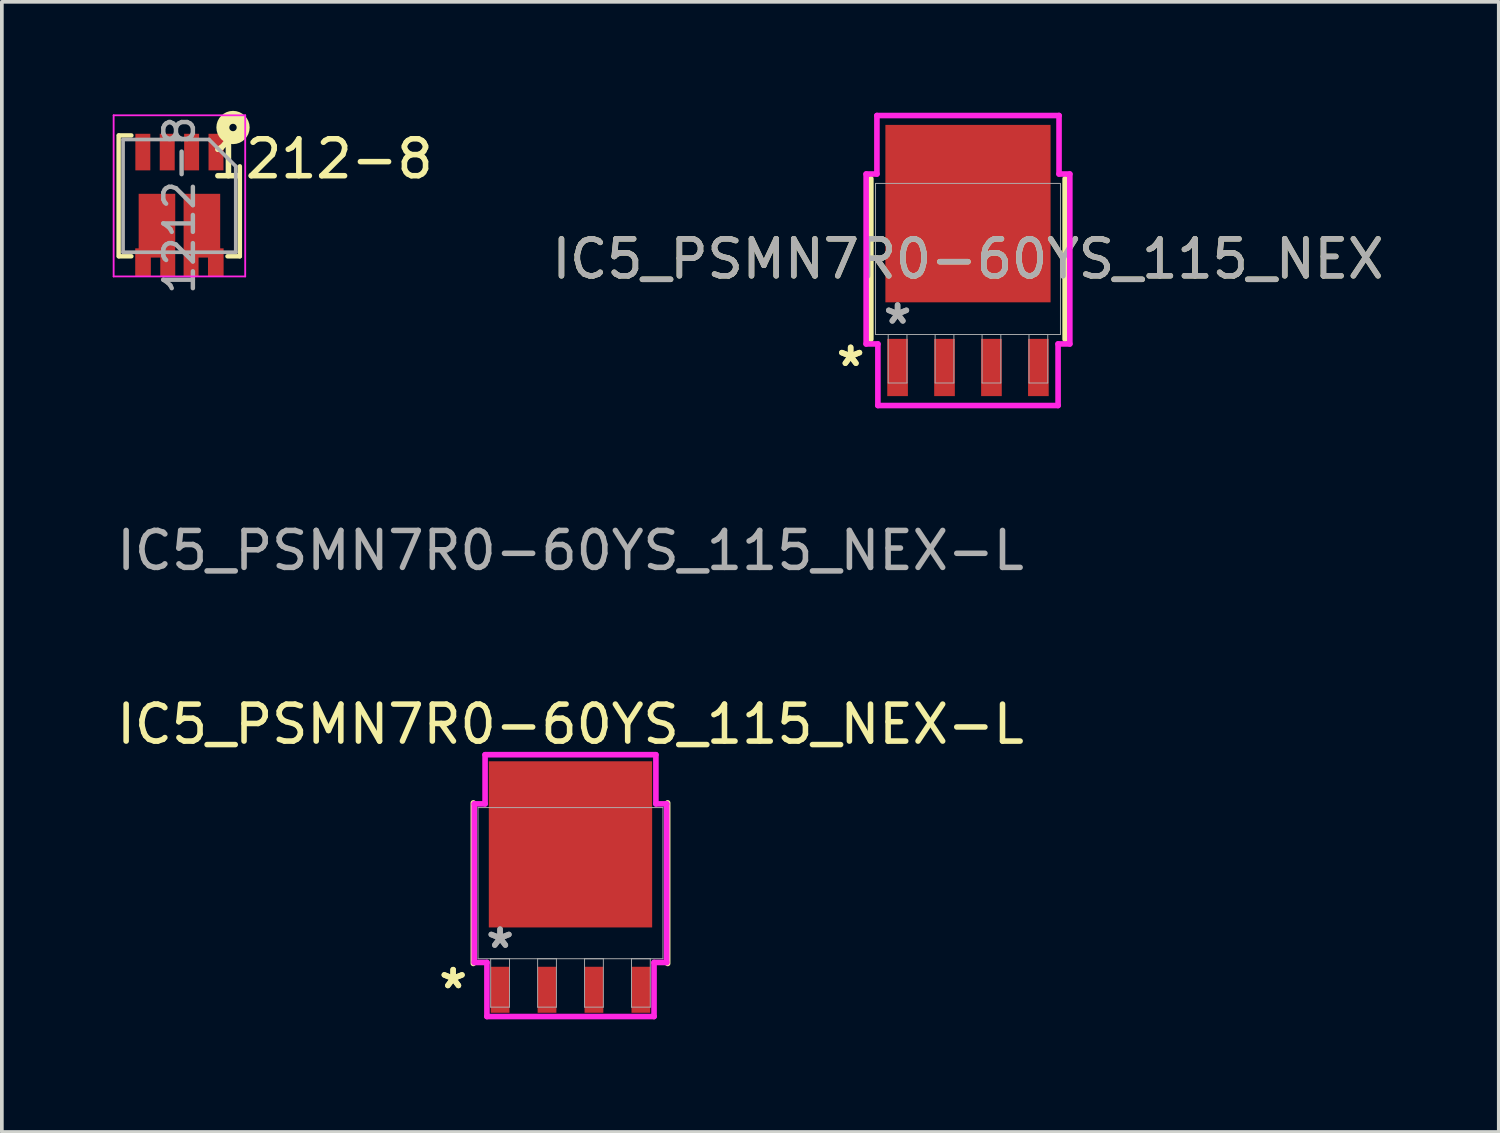
<source format=kicad_pcb>
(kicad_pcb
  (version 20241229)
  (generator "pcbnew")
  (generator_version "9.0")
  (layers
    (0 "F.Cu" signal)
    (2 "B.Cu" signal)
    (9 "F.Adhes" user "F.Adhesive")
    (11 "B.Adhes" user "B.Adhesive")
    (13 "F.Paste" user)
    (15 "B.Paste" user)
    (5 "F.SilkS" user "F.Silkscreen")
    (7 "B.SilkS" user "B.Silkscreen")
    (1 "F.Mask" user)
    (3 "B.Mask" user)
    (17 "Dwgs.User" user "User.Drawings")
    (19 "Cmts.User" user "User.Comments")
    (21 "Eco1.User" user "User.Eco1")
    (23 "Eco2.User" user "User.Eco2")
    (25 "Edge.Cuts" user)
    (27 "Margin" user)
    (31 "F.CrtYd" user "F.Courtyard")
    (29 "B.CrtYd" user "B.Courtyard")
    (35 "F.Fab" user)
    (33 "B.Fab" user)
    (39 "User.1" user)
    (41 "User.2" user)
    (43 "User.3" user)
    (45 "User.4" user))
  (footprint "IC5_PSMN7R0-60YS_115_NEX"
    (layer "F.Cu")
    (at 23.143 3.958)
    (property "Reference" "IC5_PSMN7R0-60YS_115_NEX" (at 0 0 0) (unlocked yes) (layer "F.SilkS") (effects (font (size 1 1) (thickness 0.15))))
    (attr smd)
    (fp_line (start -2.629 -2.172) (end -2.629 2.172) (stroke (width 0.152) (type solid)) (layer "F.SilkS"))
    (fp_line (start 2.629 2.172) (end 2.629 -2.172) (stroke (width 0.152) (type solid)) (layer "F.SilkS"))
    (fp_line (start -2.756 -2.299) (end -2.464 -2.299) (stroke (width 0.152) (type solid)) (layer "F.CrtYd"))
    (fp_line (start -2.756 2.299) (end -2.756 -2.299) (stroke (width 0.152) (type solid)) (layer "F.CrtYd"))
    (fp_line (start -2.464 -3.882) (end 2.464 -3.882) (stroke (width 0.152) (type solid)) (layer "F.CrtYd"))
    (fp_line (start -2.464 -2.299) (end -2.464 -3.882) (stroke (width 0.152) (type solid)) (layer "F.CrtYd"))
    (fp_line (start -2.438 2.299) (end -2.756 2.299) (stroke (width 0.152) (type solid)) (layer "F.CrtYd"))
    (fp_line (start -2.438 3.965) (end -2.438 2.299) (stroke (width 0.152) (type solid)) (layer "F.CrtYd"))
    (fp_line (start 2.438 2.299) (end 2.438 3.965) (stroke (width 0.152) (type solid)) (layer "F.CrtYd"))
    (fp_line (start 2.438 3.965) (end -2.438 3.965) (stroke (width 0.152) (type solid)) (layer "F.CrtYd"))
    (fp_line (start 2.464 -3.882) (end 2.464 -2.299) (stroke (width 0.152) (type solid)) (layer "F.CrtYd"))
    (fp_line (start 2.464 -2.299) (end 2.756 -2.299) (stroke (width 0.152) (type solid)) (layer "F.CrtYd"))
    (fp_line (start 2.756 -2.299) (end 2.756 2.299) (stroke (width 0.152) (type solid)) (layer "F.CrtYd"))
    (fp_line (start 2.756 2.299) (end 2.438 2.299) (stroke (width 0.152) (type solid)) (layer "F.CrtYd"))
    (fp_line (start -2.502 -2.045) (end -2.502 2.045) (stroke (width 0.025) (type solid)) (layer "F.Fab"))
    (fp_line (start -2.502 2.045) (end 2.502 2.045) (stroke (width 0.025) (type solid)) (layer "F.Fab"))
    (fp_line (start -2.159 2.045) (end -2.159 3.355) (stroke (width 0.025) (type solid)) (layer "F.Fab"))
    (fp_line (start -2.159 3.355) (end -1.651 3.355) (stroke (width 0.025) (type solid)) (layer "F.Fab"))
    (fp_line (start -1.651 2.045) (end -2.159 2.045) (stroke (width 0.025) (type solid)) (layer "F.Fab"))
    (fp_line (start -1.651 3.355) (end -1.651 2.045) (stroke (width 0.025) (type solid)) (layer "F.Fab"))
    (fp_line (start -0.889 2.045) (end -0.889 3.355) (stroke (width 0.025) (type solid)) (layer "F.Fab"))
    (fp_line (start -0.889 3.355) (end -0.381 3.355) (stroke (width 0.025) (type solid)) (layer "F.Fab"))
    (fp_line (start -0.381 2.045) (end -0.889 2.045) (stroke (width 0.025) (type solid)) (layer "F.Fab"))
    (fp_line (start -0.381 3.355) (end -0.381 2.045) (stroke (width 0.025) (type solid)) (layer "F.Fab"))
    (fp_line (start 0.381 2.045) (end 0.381 3.355) (stroke (width 0.025) (type solid)) (layer "F.Fab"))
    (fp_line (start 0.381 3.355) (end 0.889 3.355) (stroke (width 0.025) (type solid)) (layer "F.Fab"))
    (fp_line (start 0.889 2.045) (end 0.381 2.045) (stroke (width 0.025) (type solid)) (layer "F.Fab"))
    (fp_line (start 0.889 3.355) (end 0.889 2.045) (stroke (width 0.025) (type solid)) (layer "F.Fab"))
    (fp_line (start 1.651 2.045) (end 1.651 3.355) (stroke (width 0.025) (type solid)) (layer "F.Fab"))
    (fp_line (start 1.651 3.355) (end 2.159 3.355) (stroke (width 0.025) (type solid)) (layer "F.Fab"))
    (fp_line (start 2.159 2.045) (end 1.651 2.045) (stroke (width 0.025) (type solid)) (layer "F.Fab"))
    (fp_line (start 2.159 3.355) (end 2.159 2.045) (stroke (width 0.025) (type solid)) (layer "F.Fab"))
    (fp_line (start 2.502 -2.045) (end -2.502 -2.045) (stroke (width 0.025) (type solid)) (layer "F.Fab"))
    (fp_line (start 2.502 2.045) (end 2.502 -2.045) (stroke (width 0.025) (type solid)) (layer "F.Fab"))
    (fp_text user "*" (at -3.175 2.936 0) (unlocked yes) (layer "F.SilkS") (effects (font (size 1 1) (thickness 0.15))))
    (fp_text user "*" (at -3.175 2.936 0) (layer "F.SilkS") (effects (font (size 1 1) (thickness 0.15))))
    (fp_text user "*" (at -1.905 1.791 0) (layer "F.Fab") (effects (font (size 1 1) (thickness 0.15))))
    (fp_text user "*" (at -1.905 1.791 0) (unlocked yes) (layer "F.Fab") (effects (font (size 1 1) (thickness 0.15))))
    (fp_text user "${REFERENCE}" (at 0 0 0) (unlocked yes) (layer "F.Fab") (effects (font (size 1 1) (thickness 0.15))))
    (pad "1" smd rect (at -1.905 2.936) (size 0.559 1.549) (layers "F.Cu" "F.Mask" "F.Paste"))
    (pad "2" smd rect (at -0.635 2.936) (size 0.559 1.549) (layers "F.Cu" "F.Mask" "F.Paste"))
    (pad "3" smd rect (at 0.635 2.936) (size 0.559 1.549) (layers "F.Cu" "F.Mask" "F.Paste"))
    (pad "4" smd rect (at 1.905 2.936) (size 0.559 1.549) (layers "F.Cu" "F.Mask" "F.Paste"))
    (pad "5" smd rect (at 0 -1.228) (size 4.47 4.801) (layers "F.Cu" "F.Mask" "F.Paste")))
  (footprint "IC5_PSMN7R0-60YS_115_NEX-L"
    (layer "F.Cu")
    (at 12.387 20.848)
    (property "Reference" "IC5_PSMN7R0-60YS_115_NEX-L" (at 0 -4.3 0) (unlocked yes) (layer "F.SilkS") (effects (font (size 1 1) (thickness 0.15))))
    (attr smd)
    (fp_line (start -2.629 -2.172) (end -2.629 2.172) (stroke (width 0.152) (type solid)) (layer "F.SilkS"))
    (fp_line (start 2.629 2.172) (end 2.629 -2.172) (stroke (width 0.152) (type solid)) (layer "F.SilkS"))
    (fp_line (start -2.603 -2.146) (end -2.311 -2.146) (stroke (width 0.152) (type solid)) (layer "F.CrtYd"))
    (fp_line (start -2.603 2.146) (end -2.603 -2.146) (stroke (width 0.152) (type solid)) (layer "F.CrtYd"))
    (fp_line (start -2.311 -3.476) (end 2.311 -3.476) (stroke (width 0.152) (type solid)) (layer "F.CrtYd"))
    (fp_line (start -2.311 -2.146) (end -2.311 -3.476) (stroke (width 0.152) (type solid)) (layer "F.CrtYd"))
    (fp_line (start -2.261 2.146) (end -2.603 2.146) (stroke (width 0.152) (type solid)) (layer "F.CrtYd"))
    (fp_line (start -2.261 3.609) (end -2.261 2.146) (stroke (width 0.152) (type solid)) (layer "F.CrtYd"))
    (fp_line (start 2.261 2.146) (end 2.261 3.609) (stroke (width 0.152) (type solid)) (layer "F.CrtYd"))
    (fp_line (start 2.261 3.609) (end -2.261 3.609) (stroke (width 0.152) (type solid)) (layer "F.CrtYd"))
    (fp_line (start 2.311 -3.476) (end 2.311 -2.146) (stroke (width 0.152) (type solid)) (layer "F.CrtYd"))
    (fp_line (start 2.311 -2.146) (end 2.603 -2.146) (stroke (width 0.152) (type solid)) (layer "F.CrtYd"))
    (fp_line (start 2.603 -2.146) (end 2.603 2.146) (stroke (width 0.152) (type solid)) (layer "F.CrtYd"))
    (fp_line (start 2.603 2.146) (end 2.261 2.146) (stroke (width 0.152) (type solid)) (layer "F.CrtYd"))
    (fp_line (start -2.502 -2.045) (end -2.502 2.045) (stroke (width 0.025) (type solid)) (layer "F.Fab"))
    (fp_line (start -2.502 2.045) (end 2.502 2.045) (stroke (width 0.025) (type solid)) (layer "F.Fab"))
    (fp_line (start -2.159 2.045) (end -2.159 3.355) (stroke (width 0.025) (type solid)) (layer "F.Fab"))
    (fp_line (start -2.159 3.355) (end -1.651 3.355) (stroke (width 0.025) (type solid)) (layer "F.Fab"))
    (fp_line (start -1.651 2.045) (end -2.159 2.045) (stroke (width 0.025) (type solid)) (layer "F.Fab"))
    (fp_line (start -1.651 3.355) (end -1.651 2.045) (stroke (width 0.025) (type solid)) (layer "F.Fab"))
    (fp_line (start -0.889 2.045) (end -0.889 3.355) (stroke (width 0.025) (type solid)) (layer "F.Fab"))
    (fp_line (start -0.889 3.355) (end -0.381 3.355) (stroke (width 0.025) (type solid)) (layer "F.Fab"))
    (fp_line (start -0.381 2.045) (end -0.889 2.045) (stroke (width 0.025) (type solid)) (layer "F.Fab"))
    (fp_line (start -0.381 3.355) (end -0.381 2.045) (stroke (width 0.025) (type solid)) (layer "F.Fab"))
    (fp_line (start 0.381 2.045) (end 0.381 3.355) (stroke (width 0.025) (type solid)) (layer "F.Fab"))
    (fp_line (start 0.381 3.355) (end 0.889 3.355) (stroke (width 0.025) (type solid)) (layer "F.Fab"))
    (fp_line (start 0.889 2.045) (end 0.381 2.045) (stroke (width 0.025) (type solid)) (layer "F.Fab"))
    (fp_line (start 0.889 3.355) (end 0.889 2.045) (stroke (width 0.025) (type solid)) (layer "F.Fab"))
    (fp_line (start 1.651 2.045) (end 1.651 3.355) (stroke (width 0.025) (type solid)) (layer "F.Fab"))
    (fp_line (start 1.651 3.355) (end 2.159 3.355) (stroke (width 0.025) (type solid)) (layer "F.Fab"))
    (fp_line (start 2.159 2.045) (end 1.651 2.045) (stroke (width 0.025) (type solid)) (layer "F.Fab"))
    (fp_line (start 2.159 3.355) (end 2.159 2.045) (stroke (width 0.025) (type solid)) (layer "F.Fab"))
    (fp_line (start 2.502 -2.045) (end -2.502 -2.045) (stroke (width 0.025) (type solid)) (layer "F.Fab"))
    (fp_line (start 2.502 2.045) (end 2.502 -2.045) (stroke (width 0.025) (type solid)) (layer "F.Fab"))
    (fp_text user "*" (at -3.175 2.885 0) (unlocked yes) (layer "F.SilkS") (effects (font (size 1 1) (thickness 0.15))))
    (fp_text user "*" (at -3.175 2.885 0) (layer "F.SilkS") (effects (font (size 1 1) (thickness 0.15))))
    (fp_text user "*" (at -1.905 1.791 0) (layer "F.Fab") (effects (font (size 1 1) (thickness 0.15))))
    (fp_text user "*" (at -1.905 1.791 0) (unlocked yes) (layer "F.Fab") (effects (font (size 1 1) (thickness 0.15))))
    (fp_text user "${REFERENCE}" (at 0 -9 0) (unlocked yes) (layer "F.Fab") (effects (font (size 1 1) (thickness 0.15))))
    (pad "1" smd rect (at -1.905 2.885) (size 0.508 1.245) (layers "F.Cu" "F.Mask" "F.Paste"))
    (pad "2" smd rect (at -0.635 2.885) (size 0.508 1.245) (layers "F.Cu" "F.Mask" "F.Paste"))
    (pad "3" smd rect (at 0.635 2.885) (size 0.508 1.245) (layers "F.Cu" "F.Mask" "F.Paste"))
    (pad "4" smd rect (at 1.905 2.885) (size 0.508 1.245) (layers "F.Cu" "F.Mask" "F.Paste"))
    (pad "5" smd rect (at 0 -1.05) (size 4.42 4.496) (layers "F.Cu" "F.Mask" "F.Paste")))
  (footprint "1212-8"
    (layer "F.Cu")
    (at 1.805 2.25)
    (property "Reference" "1212-8" (at 3.85 -1 0) (layer "F.SilkS") (effects (font (size 1 1) (thickness 0.15))))
    (attr through_hole)
    (fp_line (start -1.645 -1.635) (end -1.645 1.635) (stroke (width 0.12) (type solid)) (layer "F.SilkS"))
    (fp_line (start -1.3 -1.635) (end -1.635 -1.635) (stroke (width 0.12) (type solid)) (layer "F.SilkS"))
    (fp_line (start -1.3 1.635) (end -1.635 1.635) (stroke (width 0.12) (type solid)) (layer "F.SilkS"))
    (fp_line (start 1.635 -0.8) (end 1.635 1.635) (stroke (width 0.12) (type solid)) (layer "F.SilkS"))
    (fp_line (start 1.635 1.635) (end 1.3 1.635) (stroke (width 0.12) (type solid)) (layer "F.SilkS"))
    (fp_circle (center 1.45 -1.85) (end 1.55 -1.85) (stroke (width 0.35) (type solid)) (fill no) (layer "F.SilkS"))
    (fp_line (start -1.78 -2.18) (end -1.78 2.18) (stroke (width 0.05) (type solid)) (layer "F.CrtYd"))
    (fp_line (start 1.78 -2.18) (end -1.78 -2.18) (stroke (width 0.05) (type solid)) (layer "F.CrtYd"))
    (fp_line (start 1.78 -2.18) (end 1.78 2.18) (stroke (width 0.05) (type solid)) (layer "F.CrtYd"))
    (fp_line (start 1.78 2.18) (end -1.78 2.18) (stroke (width 0.05) (type solid)) (layer "F.CrtYd"))
    (fp_line (start -1.525 -1.525) (end -1.525 1.525) (stroke (width 0.1) (type solid)) (layer "F.Fab"))
    (fp_line (start 0.8 -1.525) (end -1.525 -1.525) (stroke (width 0.1) (type solid)) (layer "F.Fab"))
    (fp_line (start 0.8 -1.525) (end 1.525 -0.8) (stroke (width 0.1) (type solid)) (layer "F.Fab"))
    (fp_line (start 1.525 -0.8) (end 1.525 1.525) (stroke (width 0.1) (type solid)) (layer "F.Fab"))
    (fp_line (start 1.525 1.525) (end -1.525 1.525) (stroke (width 0.1) (type solid)) (layer "F.Fab"))
    (fp_text user "${REFERENCE}" (at 0 0.25 270) (layer "F.Fab") (effects (font (size 0.8 0.8) (thickness 0.12))))
    (pad "1" smd rect (at 0.99 -1.185 270) (size 0.99 0.405) (layers "F.Cu" "F.Mask" "F.Paste"))
    (pad "2" smd rect (at 0.33 -1.185 270) (size 0.99 0.405) (layers "F.Cu" "F.Mask" "F.Paste"))
    (pad "3" smd rect (at -0.33 -1.185 270) (size 0.99 0.405) (layers "F.Cu" "F.Mask" "F.Paste"))
    (pad "4" smd rect (at -0.99 -1.185 270) (size 0.99 0.405) (layers "F.Cu" "F.Mask" "F.Paste"))
    (pad "5" smd custom (at -0.608 0.807 270) (size 1.725 0.99) (layers "F.Cu" "F.Mask" "F.Paste") (options (anchor rect)) (primitives (gr_poly (pts (xy 0.613 -0.495) (xy 1.373 -0.495) (xy 1.373 -0.09) (xy 0.863 -0.09) (xy 0.863 0.165) (xy 1.373 0.165) (xy 1.373 0.588) (xy 0.613 0.588)) (width 0) (fill yes))))
    (pad "6" smd custom (at 0.608 0.807 270) (size 1.725 0.99) (layers "F.Cu" "F.Mask" "F.Paste") (options (anchor rect)) (primitives (gr_poly (pts (xy 0.613 0.495) (xy 1.373 0.495) (xy 1.373 0.09) (xy 0.863 0.09) (xy 0.863 -0.165) (xy 1.373 -0.165) (xy 1.373 -0.588) (xy 0.613 -0.588)) (width 0) (fill yes)))))
  (gr_rect
    (start -3 -3)
    (end 37.506 27.581)
    (stroke (width 0.1) (type default))
    (fill no)
    (layer "Edge.Cuts")))
</source>
